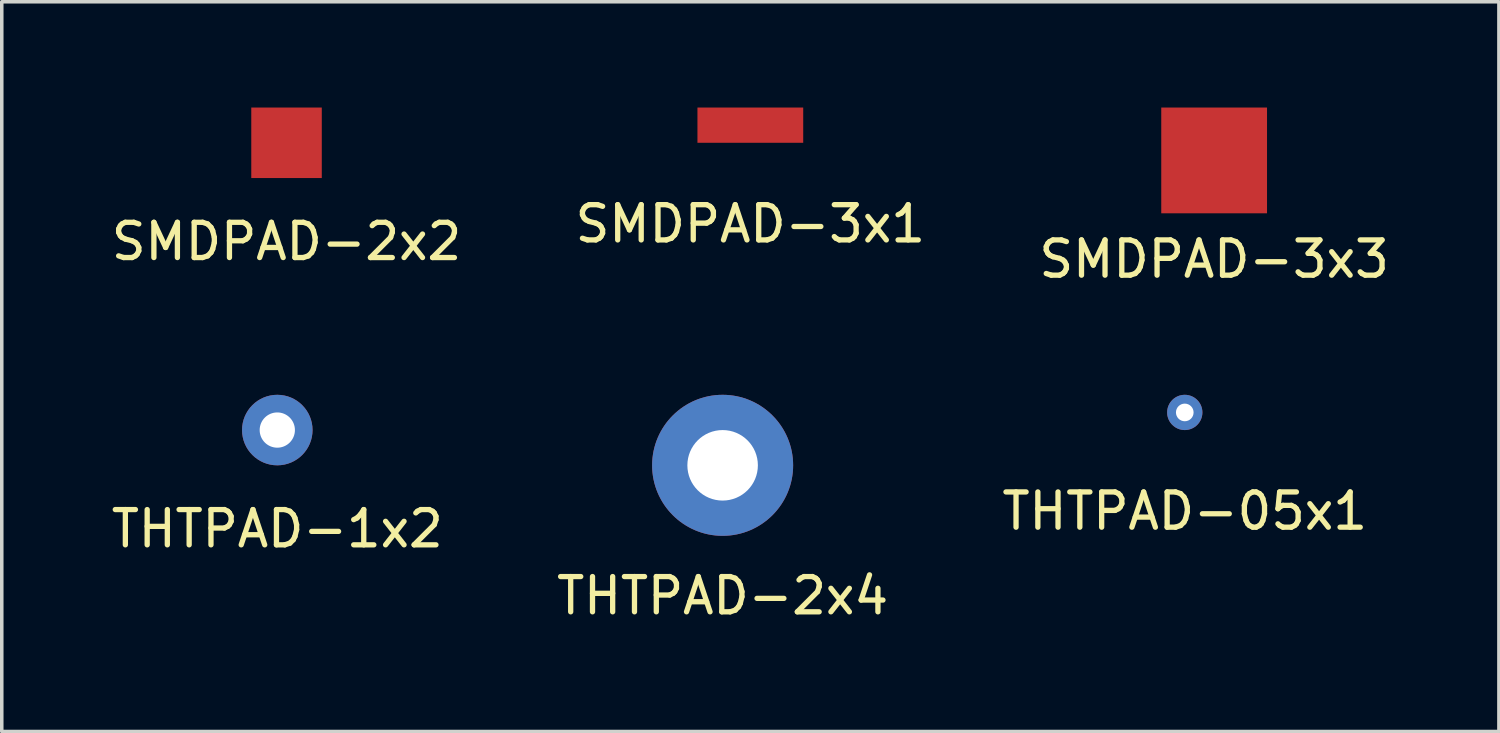
<source format=kicad_pcb>
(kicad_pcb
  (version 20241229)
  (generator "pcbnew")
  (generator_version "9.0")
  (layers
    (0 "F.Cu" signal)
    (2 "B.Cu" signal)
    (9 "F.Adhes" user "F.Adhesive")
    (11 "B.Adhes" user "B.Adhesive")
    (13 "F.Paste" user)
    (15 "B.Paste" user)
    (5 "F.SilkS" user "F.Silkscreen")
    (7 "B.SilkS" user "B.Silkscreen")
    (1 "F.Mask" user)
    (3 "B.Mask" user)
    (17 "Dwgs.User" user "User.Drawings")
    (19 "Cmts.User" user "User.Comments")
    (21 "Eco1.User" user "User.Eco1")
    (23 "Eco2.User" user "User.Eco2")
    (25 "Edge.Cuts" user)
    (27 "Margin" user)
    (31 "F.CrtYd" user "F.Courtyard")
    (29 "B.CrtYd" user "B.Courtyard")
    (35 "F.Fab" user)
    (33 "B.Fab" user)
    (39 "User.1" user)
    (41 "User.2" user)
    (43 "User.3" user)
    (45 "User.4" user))
  (footprint "SMDPAD-3x1"
    (layer "F.Cu")
    (at 18.232 0.5)
    (property "Reference" "SMDPAD-3x1" (at 0 2.8 0) (layer "F.SilkS") (effects (font (size 1 1) (thickness 0.15))))
    (attr through_hole)
    (pad "1" smd rect (at 0 0) (size 3 1) (layers "F.Cu" "F.Mask" "F.Paste")))
  (footprint "THTPAD-1x2"
    (layer "F.Cu")
    (at 4.815 9.148)
    (property "Reference" "THTPAD-1x2" (at 0 2.8 0) (layer "F.SilkS") (effects (font (size 1 1) (thickness 0.15))))
    (attr through_hole)
    (pad "1" thru_hole circle (at 0 0) (size 2 2) (drill 1) (layers "*.Cu" "*.Mask")))
  (footprint "THTPAD-05x1"
    (layer "F.Cu")
    (at 30.554 8.648)
    (property "Reference" "THTPAD-05x1" (at 0 2.8 0) (layer "F.SilkS") (effects (font (size 1 1) (thickness 0.15))))
    (attr through_hole)
    (pad "1" thru_hole circle (at 0 0) (size 1 1) (drill 0.5) (layers "*.Cu" "*.Mask")))
  (footprint "SMDPAD-2x2"
    (layer "F.Cu")
    (at 5.077 1)
    (property "Reference" "SMDPAD-2x2" (at 0 2.8 0) (layer "F.SilkS") (effects (font (size 1 1) (thickness 0.15))))
    (attr through_hole)
    (pad "1" smd rect (at 0 0) (size 2 2) (layers "F.Cu" "F.Mask" "F.Paste")))
  (footprint "THTPAD-2x4"
    (layer "F.Cu")
    (at 17.446 10.148)
    (property "Reference" "THTPAD-2x4" (at 0 3.7 0) (layer "F.SilkS") (effects (font (size 1 1) (thickness 0.15))))
    (attr through_hole)
    (pad "1" thru_hole circle (at 0 0) (size 4 4) (drill 2) (layers "*.Cu" "*.Mask")))
  (footprint "SMDPAD-3x3"
    (layer "F.Cu")
    (at 31.387 1.5)
    (property "Reference" "SMDPAD-3x3" (at 0 2.8 0) (layer "F.SilkS") (effects (font (size 1 1) (thickness 0.15))))
    (attr through_hole)
    (pad "1" smd rect (at 0 0) (size 3 3) (layers "F.Cu" "F.Mask" "F.Paste")))
  (gr_rect
    (start -3 -3)
    (end 39.464 17.697)
    (stroke (width 0.1) (type default))
    (fill no)
    (layer "Edge.Cuts")))
</source>
